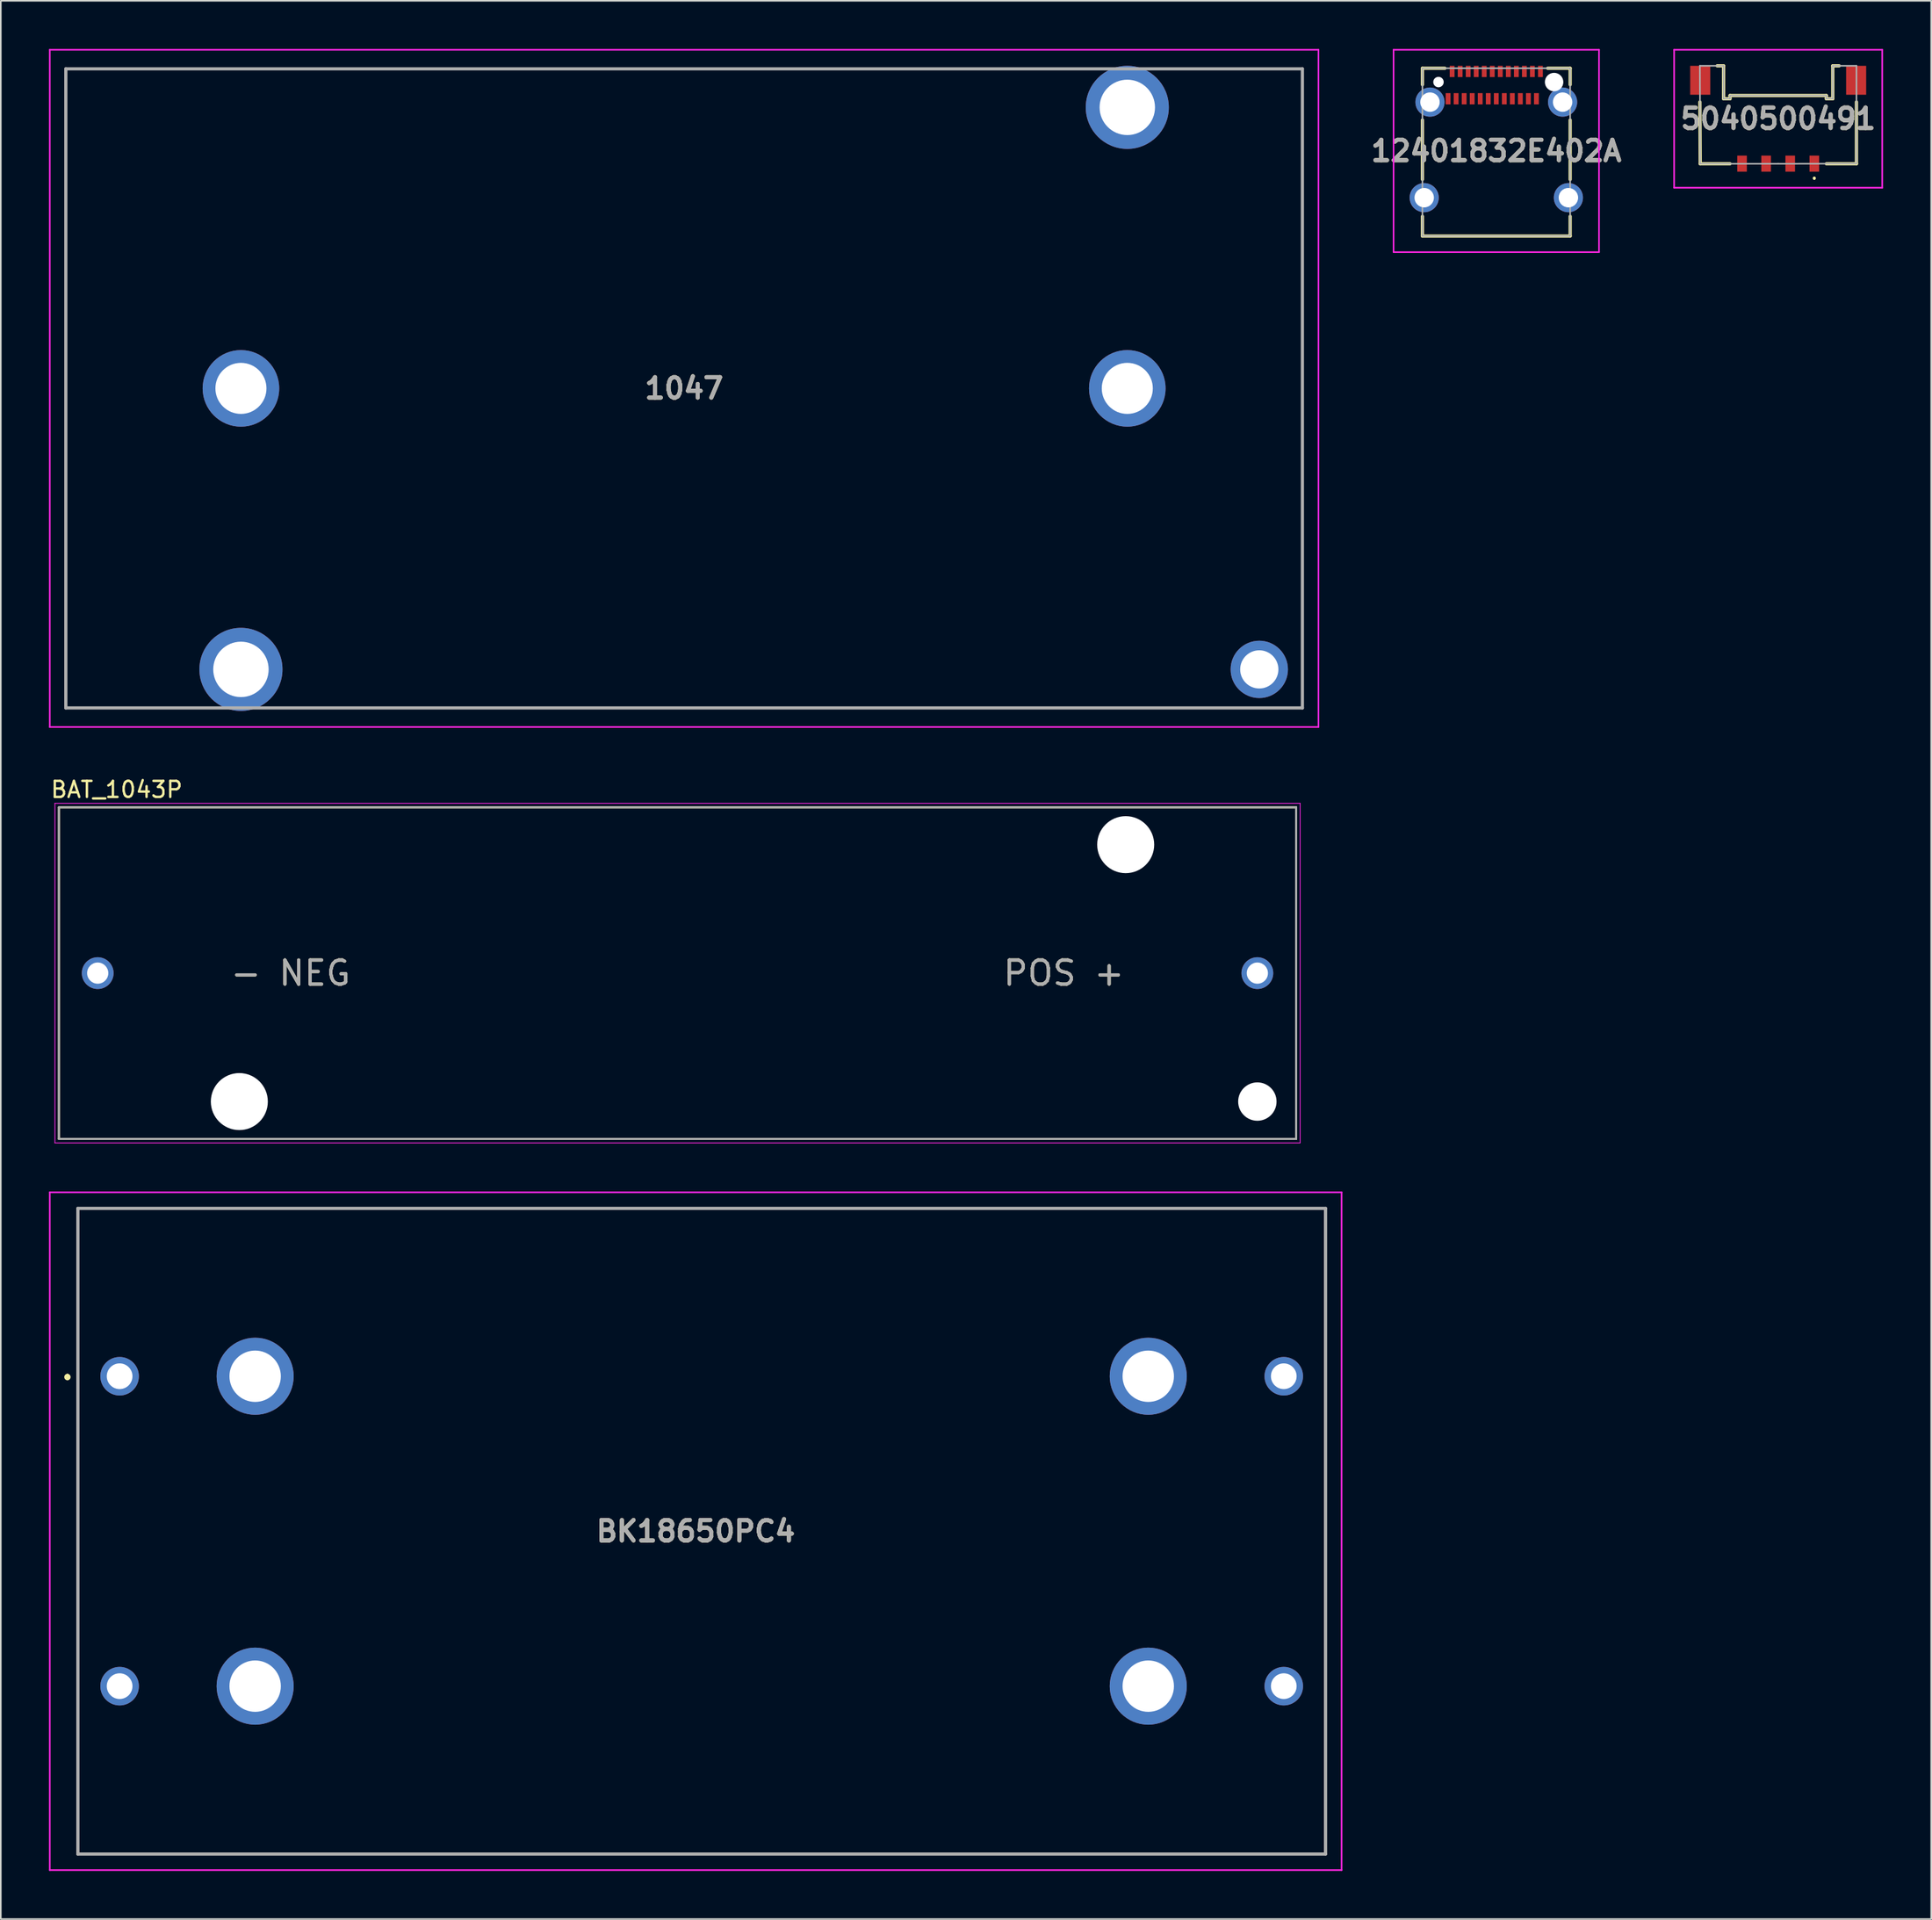
<source format=kicad_pcb>
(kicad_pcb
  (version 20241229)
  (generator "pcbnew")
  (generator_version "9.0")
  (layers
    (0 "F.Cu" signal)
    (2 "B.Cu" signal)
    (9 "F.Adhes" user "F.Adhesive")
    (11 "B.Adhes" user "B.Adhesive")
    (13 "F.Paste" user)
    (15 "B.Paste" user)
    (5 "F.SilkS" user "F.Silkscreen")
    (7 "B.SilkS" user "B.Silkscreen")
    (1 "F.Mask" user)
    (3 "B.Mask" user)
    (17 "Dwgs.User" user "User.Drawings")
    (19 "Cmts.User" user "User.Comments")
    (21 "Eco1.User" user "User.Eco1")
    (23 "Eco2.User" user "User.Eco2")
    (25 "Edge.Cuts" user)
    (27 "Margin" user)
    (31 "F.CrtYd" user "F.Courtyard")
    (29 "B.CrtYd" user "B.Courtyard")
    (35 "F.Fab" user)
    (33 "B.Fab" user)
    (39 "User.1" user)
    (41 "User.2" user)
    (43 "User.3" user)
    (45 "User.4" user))
  (footprint "5040500491"
    (layer "F.Cu")
    (at 107.69 4.1)
    (property "Reference" "5040500491" (at 0 0.245 0) (layer "F.SilkS") (effects (font (size 1.27 1.27) (thickness 0.254))))
    (attr smd)
    (fp_line (start -4.855 3.05) (end -4.875 -0.8) (stroke (width 0.2) (type solid)) (layer "F.SilkS"))
    (fp_line (start -3.8 -3.05) (end -3.4 -3.05) (stroke (width 0.2) (type solid)) (layer "F.SilkS"))
    (fp_line (start -3.4 -3.05) (end -3.4 -1) (stroke (width 0.2) (type solid)) (layer "F.SilkS"))
    (fp_line (start -3.4 -1) (end -3 -1) (stroke (width 0.2) (type solid)) (layer "F.SilkS"))
    (fp_line (start -3 -1.2) (end 3 -1.2) (stroke (width 0.2) (type solid)) (layer "F.SilkS"))
    (fp_line (start -3 -1) (end -3 -1.2) (stroke (width 0.2) (type solid)) (layer "F.SilkS"))
    (fp_line (start -3 3.05) (end -4.855 3.05) (stroke (width 0.2) (type solid)) (layer "F.SilkS"))
    (fp_line (start 2.25 3.9) (end 2.25 3.9) (stroke (width 0.1) (type solid)) (layer "F.SilkS"))
    (fp_line (start 2.25 4) (end 2.25 4) (stroke (width 0.1) (type solid)) (layer "F.SilkS"))
    (fp_line (start 3 -1.2) (end 3 -1) (stroke (width 0.2) (type solid)) (layer "F.SilkS"))
    (fp_line (start 3 -1) (end 3.4 -1) (stroke (width 0.2) (type solid)) (layer "F.SilkS"))
    (fp_line (start 3 3.05) (end 4.875 3.05) (stroke (width 0.2) (type solid)) (layer "F.SilkS"))
    (fp_line (start 3.4 -3.05) (end 3.8 -3.05) (stroke (width 0.2) (type solid)) (layer "F.SilkS"))
    (fp_line (start 3.4 -1) (end 3.4 -3.05) (stroke (width 0.2) (type solid)) (layer "F.SilkS"))
    (fp_line (start 4.875 3.05) (end 4.875 -0.8) (stroke (width 0.2) (type solid)) (layer "F.SilkS"))
    (fp_arc (start 2.25 3.9) (mid 2.3 3.95) (end 2.25 4) (stroke (width 0.1) (type solid)) (layer "F.SilkS"))
    (fp_arc (start 2.25 4) (mid 2.2 3.95) (end 2.25 3.9) (stroke (width 0.1) (type solid)) (layer "F.SilkS"))
    (fp_line (start -6.48 -4.05) (end 6.48 -4.05) (stroke (width 0.1) (type solid)) (layer "F.CrtYd"))
    (fp_line (start -6.48 4.54) (end -6.48 -4.05) (stroke (width 0.1) (type solid)) (layer "F.CrtYd"))
    (fp_line (start 6.48 -4.05) (end 6.48 4.54) (stroke (width 0.1) (type solid)) (layer "F.CrtYd"))
    (fp_line (start 6.48 4.54) (end -6.48 4.54) (stroke (width 0.1) (type solid)) (layer "F.CrtYd"))
    (fp_line (start -4.875 -3.05) (end -3.4 -3.05) (stroke (width 0.1) (type solid)) (layer "F.Fab"))
    (fp_line (start -4.855 3.05) (end -4.875 -3.05) (stroke (width 0.1) (type solid)) (layer "F.Fab"))
    (fp_line (start -3.4 -3.05) (end -3.4 -1) (stroke (width 0.1) (type solid)) (layer "F.Fab"))
    (fp_line (start -3.4 -1) (end -3 -1) (stroke (width 0.1) (type solid)) (layer "F.Fab"))
    (fp_line (start -3 -1.2) (end 3 -1.2) (stroke (width 0.1) (type solid)) (layer "F.Fab"))
    (fp_line (start -3 -1) (end -3 -1.2) (stroke (width 0.1) (type solid)) (layer "F.Fab"))
    (fp_line (start 0 3.05) (end -4.855 3.05) (stroke (width 0.1) (type solid)) (layer "F.Fab"))
    (fp_line (start 3 -1.2) (end 3 -1) (stroke (width 0.1) (type solid)) (layer "F.Fab"))
    (fp_line (start 3 -1) (end 3.4 -1) (stroke (width 0.1) (type solid)) (layer "F.Fab"))
    (fp_line (start 3.4 -3.05) (end 4.875 -3.05) (stroke (width 0.1) (type solid)) (layer "F.Fab"))
    (fp_line (start 3.4 -1) (end 3.4 -3.05) (stroke (width 0.1) (type solid)) (layer "F.Fab"))
    (fp_line (start 4.875 -3.05) (end 4.875 3.04) (stroke (width 0.1) (type solid)) (layer "F.Fab"))
    (fp_line (start 4.875 3.04) (end 0 3.05) (stroke (width 0.1) (type solid)) (layer "F.Fab"))
    (fp_text user "${REFERENCE}" (at 0 0.245 0) (layer "F.Fab") (effects (font (size 1.27 1.27) (thickness 0.254))))
    (pad "1" smd rect (at 2.25 3.04) (size 0.6 1) (layers "F.Cu" "F.Mask" "F.Paste"))
    (pad "2" smd rect (at 0.75 3.04) (size 0.6 1) (layers "F.Cu" "F.Mask" "F.Paste"))
    (pad "3" smd rect (at -0.75 3.04) (size 0.6 1) (layers "F.Cu" "F.Mask" "F.Paste"))
    (pad "4" smd rect (at -2.25 3.04) (size 0.6 1) (layers "F.Cu" "F.Mask" "F.Paste"))
    (pad "MP1" smd rect (at 4.855 -2.15) (size 1.25 1.8) (layers "F.Cu" "F.Mask" "F.Paste"))
    (pad "MP2" smd rect (at -4.855 -2.15) (size 1.25 1.8) (layers "F.Cu" "F.Mask" "F.Paste")))
  (footprint "BAT_1043P"
    (layer "F.Cu")
    (at 39.145 57.552)
    (property "Reference" "BAT_1043P" (at -34.925 -11.43 0) (layer "F.SilkS") (effects (font (size 1 1) (thickness 0.15))))
    (attr through_hole)
    (fp_line (start -38.525 -10.325) (end 38.525 -10.325) (stroke (width 0.127) (type solid)) (layer "F.SilkS"))
    (fp_line (start -38.525 10.325) (end -38.525 -10.325) (stroke (width 0.127) (type solid)) (layer "F.SilkS"))
    (fp_line (start 38.525 -10.325) (end 38.525 10.325) (stroke (width 0.127) (type solid)) (layer "F.SilkS"))
    (fp_line (start 38.525 10.325) (end -38.525 10.325) (stroke (width 0.127) (type solid)) (layer "F.SilkS"))
    (fp_line (start -38.775 -10.575) (end 38.775 -10.575) (stroke (width 0.05) (type solid)) (layer "F.CrtYd"))
    (fp_line (start -38.775 10.575) (end -38.775 -10.575) (stroke (width 0.05) (type solid)) (layer "F.CrtYd"))
    (fp_line (start 38.775 -10.575) (end 38.775 10.575) (stroke (width 0.05) (type solid)) (layer "F.CrtYd"))
    (fp_line (start 38.775 10.575) (end -38.775 10.575) (stroke (width 0.05) (type solid)) (layer "F.CrtYd"))
    (fp_line (start -38.525 -10.325) (end 38.525 -10.325) (stroke (width 0.127) (type solid)) (layer "F.Fab"))
    (fp_line (start -38.525 10.325) (end -38.525 -10.325) (stroke (width 0.127) (type solid)) (layer "F.Fab"))
    (fp_line (start 38.525 -10.325) (end 38.525 10.325) (stroke (width 0.127) (type solid)) (layer "F.Fab"))
    (fp_line (start 38.525 10.325) (end -38.525 10.325) (stroke (width 0.127) (type solid)) (layer "F.Fab"))
    (fp_text user "- NEG" (at -27.94 0 0) (unlocked yes) (layer "F.SilkS") (effects (font (size 1.5 1.5) (thickness 0.2)) (justify left)))
    (fp_text user "POS +" (at 27.94 0 0) (unlocked yes) (layer "F.SilkS") (effects (font (size 1.5 1.5) (thickness 0.2)) (justify right)))
    (fp_text user "- NEG" (at -27.94 0 0) (unlocked yes) (layer "F.Fab") (effects (font (size 1.5 1.5) (thickness 0.2)) (justify left)))
    (fp_text user "POS +" (at 27.94 0 0) (unlocked yes) (layer "F.Fab") (effects (font (size 1.5 1.5) (thickness 0.2)) (justify right)))
    (pad "" np_thru_hole circle (at -27.29 8) (size 3.55 3.55) (drill 3.55) (layers "*.Cu" "*.Mask"))
    (pad "" np_thru_hole circle (at 27.91 -8) (size 3.55 3.55) (drill 3.55) (layers "*.Cu" "*.Mask"))
    (pad "" np_thru_hole circle (at 36.11 8) (size 2.39 2.39) (drill 2.39) (layers "*.Cu" "*.Mask"))
    (pad "N" thru_hole circle (at -36.11 0) (size 1.98 1.98) (drill 1.32) (layers "*.Cu" "*.Mask"))
    (pad "P" thru_hole circle (at 36.11 0) (size 1.98 1.98) (drill 1.32) (layers "*.Cu" "*.Mask")))
  (footprint "1047"
    (layer "F.Cu")
    (at 39.555 21.137)
    (property "Reference" "1047" (at 0 0 0) (layer "F.SilkS") (effects (font (size 1.27 1.27) (thickness 0.254))))
    (attr through_hole)
    (fp_line (start -38.505 -19.9) (end -38.505 19.9) (stroke (width 0.1) (type solid)) (layer "F.SilkS"))
    (fp_line (start -38.505 19.9) (end -30 19.9) (stroke (width 0.1) (type solid)) (layer "F.SilkS"))
    (fp_line (start 25 -19.9) (end -38.505 -19.9) (stroke (width 0.1) (type solid)) (layer "F.SilkS"))
    (fp_line (start 30 -19.9) (end 38.505 -19.9) (stroke (width 0.1) (type solid)) (layer "F.SilkS"))
    (fp_line (start 38.505 -19.9) (end 38.505 19.9) (stroke (width 0.1) (type solid)) (layer "F.SilkS"))
    (fp_line (start 38.505 19.9) (end -25 19.9) (stroke (width 0.1) (type solid)) (layer "F.SilkS"))
    (fp_line (start -39.505 -21.087) (end 39.505 -21.087) (stroke (width 0.1) (type solid)) (layer "F.CrtYd"))
    (fp_line (start -39.505 21.087) (end -39.505 -21.087) (stroke (width 0.1) (type solid)) (layer "F.CrtYd"))
    (fp_line (start 39.505 -21.087) (end 39.505 21.087) (stroke (width 0.1) (type solid)) (layer "F.CrtYd"))
    (fp_line (start 39.505 21.087) (end -39.505 21.087) (stroke (width 0.1) (type solid)) (layer "F.CrtYd"))
    (fp_line (start -38.505 -19.9) (end 38.505 -19.9) (stroke (width 0.2) (type solid)) (layer "F.Fab"))
    (fp_line (start -38.505 19.9) (end -38.505 -19.9) (stroke (width 0.2) (type solid)) (layer "F.Fab"))
    (fp_line (start 38.505 -19.9) (end 38.505 19.9) (stroke (width 0.2) (type solid)) (layer "F.Fab"))
    (fp_line (start 38.505 19.9) (end -38.505 19.9) (stroke (width 0.2) (type solid)) (layer "F.Fab"))
    (fp_text user "${REFERENCE}" (at 0 0 0) (layer "F.Fab") (effects (font (size 1.27 1.27) (thickness 0.254))))
    (pad "1" thru_hole circle (at -27.6 0) (size 4.77 4.77) (drill 3.18) (layers "*.Cu" "*.Mask"))
    (pad "2" thru_hole circle (at 27.6 0) (size 4.77 4.77) (drill 3.18) (layers "*.Cu" "*.Mask"))
    (pad "3" thru_hole circle (at -27.6 17.5) (size 5.175 5.175) (drill 3.45) (layers "*.Cu" "*.Mask"))
    (pad "4" thru_hole circle (at 27.6 -17.5) (size 5.175 5.175) (drill 3.45) (layers "*.Cu" "*.Mask"))
    (pad "5" thru_hole circle (at 35.82 17.5) (size 3.57 3.57) (drill 2.38) (layers "*.Cu" "*.Mask")))
  (footprint "BK18650PC4"
    (layer "F.Cu")
    (at 40.65 92.307)
    (property "Reference" "BK18650PC4" (at -0.375 0 0) (layer "F.SilkS") (effects (font (size 1.27 1.27) (thickness 0.254))))
    (attr through_hole)
    (fp_line (start -39.5 -9.7) (end -39.5 -9.7) (stroke (width 0.2) (type solid)) (layer "F.SilkS"))
    (fp_line (start -39.5 -9.5) (end -39.5 -9.5) (stroke (width 0.2) (type solid)) (layer "F.SilkS"))
    (fp_line (start -38.85 -20.105) (end 38.85 -20.105) (stroke (width 0.1) (type solid)) (layer "F.SilkS"))
    (fp_line (start -38.85 20.105) (end -38.85 -20.105) (stroke (width 0.1) (type solid)) (layer "F.SilkS"))
    (fp_line (start 38.85 -20.105) (end 38.85 20.105) (stroke (width 0.1) (type solid)) (layer "F.SilkS"))
    (fp_line (start 38.85 20.105) (end -38.85 20.105) (stroke (width 0.1) (type solid)) (layer "F.SilkS"))
    (fp_arc (start -39.5 -9.7) (mid -39.4 -9.6) (end -39.5 -9.5) (stroke (width 0.2) (type solid)) (layer "F.SilkS"))
    (fp_arc (start -39.5 -9.5) (mid -39.6 -9.6) (end -39.5 -9.7) (stroke (width 0.2) (type solid)) (layer "F.SilkS"))
    (fp_line (start -40.6 -21.105) (end 39.85 -21.105) (stroke (width 0.1) (type solid)) (layer "F.CrtYd"))
    (fp_line (start -40.6 21.105) (end -40.6 -21.105) (stroke (width 0.1) (type solid)) (layer "F.CrtYd"))
    (fp_line (start 39.85 -21.105) (end 39.85 21.105) (stroke (width 0.1) (type solid)) (layer "F.CrtYd"))
    (fp_line (start 39.85 21.105) (end -40.6 21.105) (stroke (width 0.1) (type solid)) (layer "F.CrtYd"))
    (fp_line (start -38.85 -20.105) (end 38.85 -20.105) (stroke (width 0.2) (type solid)) (layer "F.Fab"))
    (fp_line (start -38.85 20.105) (end -38.85 -20.105) (stroke (width 0.2) (type solid)) (layer "F.Fab"))
    (fp_line (start 38.85 -20.105) (end 38.85 20.105) (stroke (width 0.2) (type solid)) (layer "F.Fab"))
    (fp_line (start 38.85 20.105) (end -38.85 20.105) (stroke (width 0.2) (type solid)) (layer "F.Fab"))
    (fp_text user "${REFERENCE}" (at -0.375 0 0) (layer "F.Fab") (effects (font (size 1.27 1.27) (thickness 0.254))))
    (pad "1" thru_hole circle (at -36.25 -9.65) (size 2.4 2.4) (drill 1.6) (layers "*.Cu" "*.Mask"))
    (pad "2" thru_hole circle (at -36.25 9.65) (size 2.4 2.4) (drill 1.6) (layers "*.Cu" "*.Mask"))
    (pad "3" thru_hole circle (at 36.25 9.65) (size 2.4 2.4) (drill 1.6) (layers "*.Cu" "*.Mask"))
    (pad "4" thru_hole circle (at 36.25 -9.65) (size 2.4 2.4) (drill 1.6) (layers "*.Cu" "*.Mask"))
    (pad "5" thru_hole circle (at -27.81 -9.65) (size 4.8 4.8) (drill 3.2) (layers "*.Cu" "*.Mask"))
    (pad "6" thru_hole circle (at -27.81 9.65) (size 4.8 4.8) (drill 3.2) (layers "*.Cu" "*.Mask"))
    (pad "7" thru_hole circle (at 27.81 9.65) (size 4.8 4.8) (drill 3.2) (layers "*.Cu" "*.Mask"))
    (pad "8" thru_hole circle (at 27.81 -9.65) (size 4.8 4.8) (drill 3.2) (layers "*.Cu" "*.Mask")))
  (footprint "12401832E402A"
    (layer "F.Cu")
    (at 90.135 6.425)
    (property "Reference" "12401832E402A" (at 0 -0.075 0) (layer "F.SilkS") (effects (font (size 1.27 1.27) (thickness 0.254))))
    (attr through_hole)
    (fp_line (start -4.6 -5.225) (end -4.6 -4.2) (stroke (width 0.2) (type solid)) (layer "F.SilkS"))
    (fp_line (start -4.6 -2) (end -4.6 1.7) (stroke (width 0.2) (type solid)) (layer "F.SilkS"))
    (fp_line (start -4.6 4) (end -4.6 5.225) (stroke (width 0.2) (type solid)) (layer "F.SilkS"))
    (fp_line (start -4.6 5.225) (end 4.6 5.225) (stroke (width 0.2) (type solid)) (layer "F.SilkS"))
    (fp_line (start -3.2 -5.225) (end -4.6 -5.225) (stroke (width 0.2) (type solid)) (layer "F.SilkS"))
    (fp_line (start 4.6 -5.225) (end 3.2 -5.225) (stroke (width 0.2) (type solid)) (layer "F.SilkS"))
    (fp_line (start 4.6 -4.2) (end 4.6 -5.225) (stroke (width 0.2) (type solid)) (layer "F.SilkS"))
    (fp_line (start 4.6 1.7) (end 4.6 -2) (stroke (width 0.2) (type solid)) (layer "F.SilkS"))
    (fp_line (start 4.6 5.225) (end 4.6 4) (stroke (width 0.2) (type solid)) (layer "F.SilkS"))
    (fp_line (start -6.397 -6.375) (end 6.397 -6.375) (stroke (width 0.1) (type solid)) (layer "F.CrtYd"))
    (fp_line (start -6.397 6.225) (end -6.397 -6.375) (stroke (width 0.1) (type solid)) (layer "F.CrtYd"))
    (fp_line (start 6.397 -6.375) (end 6.397 6.225) (stroke (width 0.1) (type solid)) (layer "F.CrtYd"))
    (fp_line (start 6.397 6.225) (end -6.397 6.225) (stroke (width 0.1) (type solid)) (layer "F.CrtYd"))
    (fp_line (start -4.6 -5.225) (end 4.6 -5.225) (stroke (width 0.1) (type solid)) (layer "F.Fab"))
    (fp_line (start -4.6 5.225) (end -4.6 -5.225) (stroke (width 0.1) (type solid)) (layer "F.Fab"))
    (fp_line (start 4.6 -5.225) (end 4.6 5.225) (stroke (width 0.1) (type solid)) (layer "F.Fab"))
    (fp_line (start 4.6 5.225) (end -4.6 5.225) (stroke (width 0.1) (type solid)) (layer "F.Fab"))
    (fp_text user "${REFERENCE}" (at 0 -0.075 0) (layer "F.Fab") (effects (font (size 1.27 1.27) (thickness 0.254))))
    (pad "" np_thru_hole circle (at -3.6 -4.365) (size 0.65 0.65) (drill 0.65) (layers "*.Cu" "*.Mask"))
    (pad "" np_thru_hole circle (at 3.6 -4.365) (size 1.15 1.15) (drill 1.15) (layers "*.Cu" "*.Mask"))
    (pad "A1" smd rect (at -2.75 -5.025) (size 0.3 0.7) (layers "F.Cu" "F.Mask" "F.Paste"))
    (pad "A2" smd rect (at -2.25 -5.025) (size 0.3 0.7) (layers "F.Cu" "F.Mask" "F.Paste"))
    (pad "A3" smd rect (at -1.75 -5.025) (size 0.3 0.7) (layers "F.Cu" "F.Mask" "F.Paste"))
    (pad "A4" smd rect (at -1.25 -5.025) (size 0.3 0.7) (layers "F.Cu" "F.Mask" "F.Paste"))
    (pad "A5" smd rect (at -0.75 -5.025) (size 0.3 0.7) (layers "F.Cu" "F.Mask" "F.Paste"))
    (pad "A6" smd rect (at -0.25 -5.025) (size 0.3 0.7) (layers "F.Cu" "F.Mask" "F.Paste"))
    (pad "A7" smd rect (at 0.25 -5.025) (size 0.3 0.7) (layers "F.Cu" "F.Mask" "F.Paste"))
    (pad "A8" smd rect (at 0.75 -5.025) (size 0.3 0.7) (layers "F.Cu" "F.Mask" "F.Paste"))
    (pad "A9" smd rect (at 1.25 -5.025) (size 0.3 0.7) (layers "F.Cu" "F.Mask" "F.Paste"))
    (pad "A10" smd rect (at 1.75 -5.025) (size 0.3 0.7) (layers "F.Cu" "F.Mask" "F.Paste"))
    (pad "A11" smd rect (at 2.25 -5.025) (size 0.3 0.7) (layers "F.Cu" "F.Mask" "F.Paste"))
    (pad "A12" smd rect (at 2.75 -5.025) (size 0.3 0.7) (layers "F.Cu" "F.Mask" "F.Paste"))
    (pad "B1" smd rect (at 2.5 -3.325) (size 0.3 0.7) (layers "F.Cu" "F.Mask" "F.Paste"))
    (pad "B2" smd rect (at 2 -3.325) (size 0.3 0.7) (layers "F.Cu" "F.Mask" "F.Paste"))
    (pad "B3" smd rect (at 1.5 -3.325) (size 0.3 0.7) (layers "F.Cu" "F.Mask" "F.Paste"))
    (pad "B4" smd rect (at 1 -3.325) (size 0.3 0.7) (layers "F.Cu" "F.Mask" "F.Paste"))
    (pad "B5" smd rect (at 0.5 -3.325) (size 0.3 0.7) (layers "F.Cu" "F.Mask" "F.Paste"))
    (pad "B6" smd rect (at 0 -3.325) (size 0.3 0.7) (layers "F.Cu" "F.Mask" "F.Paste"))
    (pad "B7" smd rect (at -0.5 -3.325) (size 0.3 0.7) (layers "F.Cu" "F.Mask" "F.Paste"))
    (pad "B8" smd rect (at -1 -3.325) (size 0.3 0.7) (layers "F.Cu" "F.Mask" "F.Paste"))
    (pad "B9" smd rect (at -1.5 -3.325) (size 0.3 0.7) (layers "F.Cu" "F.Mask" "F.Paste"))
    (pad "B10" smd rect (at -2 -3.325) (size 0.3 0.7) (layers "F.Cu" "F.Mask" "F.Paste"))
    (pad "B11" smd rect (at -2.5 -3.325) (size 0.3 0.7) (layers "F.Cu" "F.Mask" "F.Paste"))
    (pad "B12" smd rect (at -3 -3.325) (size 0.3 0.7) (layers "F.Cu" "F.Mask" "F.Paste"))
    (pad "MH1" thru_hole circle (at -4.13 -3.115) (size 1.815 1.815) (drill 1.21) (layers "*.Cu" "*.Mask"))
    (pad "MH2" thru_hole circle (at 4.13 -3.115) (size 1.815 1.815) (drill 1.21) (layers "*.Cu" "*.Mask"))
    (pad "MH3" thru_hole circle (at 4.49 2.835) (size 1.815 1.815) (drill 1.21) (layers "*.Cu" "*.Mask"))
    (pad "MH4" thru_hole circle (at -4.49 2.835) (size 1.815 1.815) (drill 1.21) (layers "*.Cu" "*.Mask")))
  (gr_rect
    (start -3 -3)
    (end 117.22 116.462)
    (stroke (width 0.1) (type default))
    (fill no)
    (layer "Edge.Cuts")))
</source>
